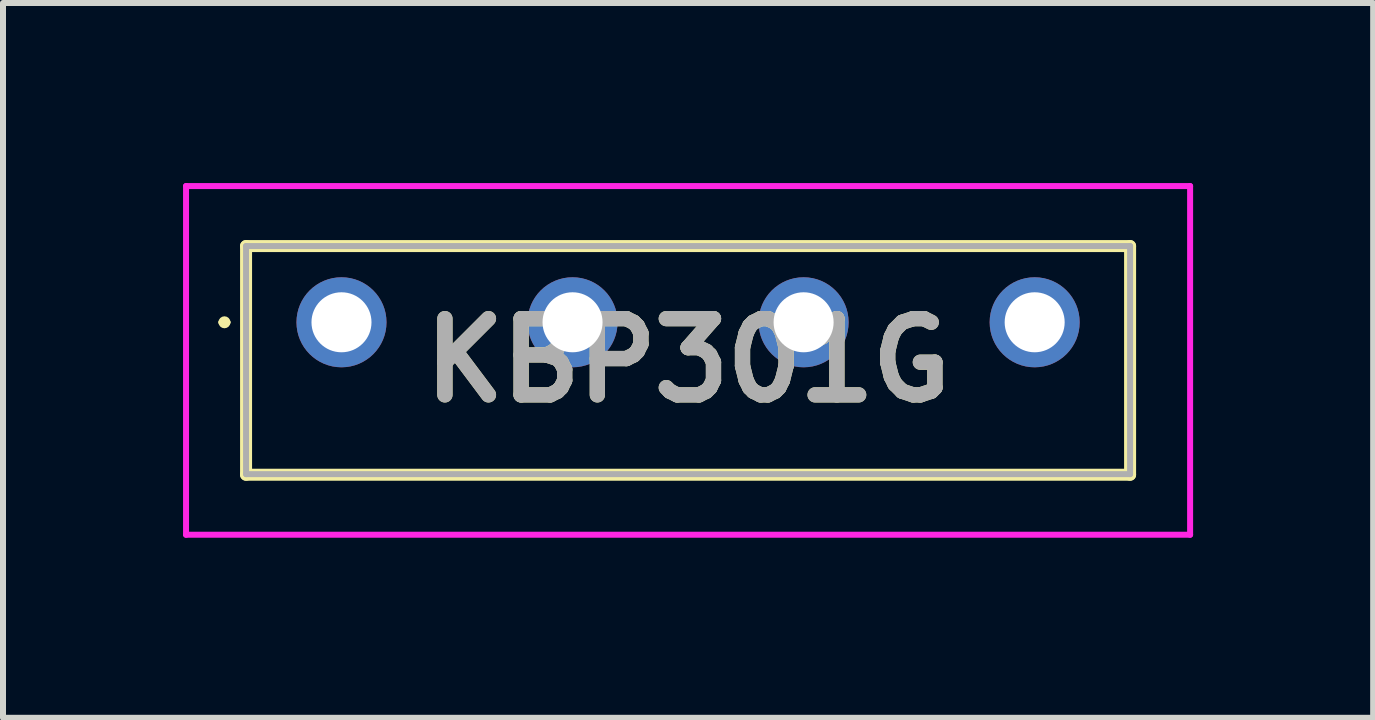
<source format=kicad_pcb>
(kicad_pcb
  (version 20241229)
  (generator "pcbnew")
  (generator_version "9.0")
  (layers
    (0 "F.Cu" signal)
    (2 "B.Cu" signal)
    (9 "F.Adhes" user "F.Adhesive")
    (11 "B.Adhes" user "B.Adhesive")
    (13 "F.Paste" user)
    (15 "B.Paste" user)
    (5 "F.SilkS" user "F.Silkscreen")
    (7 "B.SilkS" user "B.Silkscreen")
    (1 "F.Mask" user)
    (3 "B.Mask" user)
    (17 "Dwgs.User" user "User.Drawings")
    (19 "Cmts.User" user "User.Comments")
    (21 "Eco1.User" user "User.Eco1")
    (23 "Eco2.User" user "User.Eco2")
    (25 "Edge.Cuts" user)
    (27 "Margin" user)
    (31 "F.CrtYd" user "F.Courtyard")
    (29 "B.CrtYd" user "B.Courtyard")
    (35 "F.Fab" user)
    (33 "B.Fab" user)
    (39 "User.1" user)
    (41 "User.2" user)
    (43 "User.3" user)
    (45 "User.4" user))
  (footprint "KBP301G"
    (layer "F.Cu")
    (at 2.64 2.32)
    (property "Reference" "KBP301G" (at 5.775 0.635 0) (layer "F.SilkS") (effects (font (size 1.27 1.27) (thickness 0.254))))
    (attr through_hole)
    (fp_line (start -2 0) (end -2 0) (stroke (width 0.1) (type solid)) (layer "F.SilkS"))
    (fp_line (start -1.9 0) (end -1.9 0) (stroke (width 0.1) (type solid)) (layer "F.SilkS"))
    (fp_line (start -1.59 -1.27) (end 13.14 -1.27) (stroke (width 0.2) (type solid)) (layer "F.SilkS"))
    (fp_line (start -1.59 2.54) (end -1.59 -1.27) (stroke (width 0.2) (type solid)) (layer "F.SilkS"))
    (fp_line (start 13.14 -1.27) (end 13.14 2.54) (stroke (width 0.2) (type solid)) (layer "F.SilkS"))
    (fp_line (start 13.14 2.54) (end -1.59 2.54) (stroke (width 0.2) (type solid)) (layer "F.SilkS"))
    (fp_arc (start -2 0) (mid -1.95 -0.05) (end -1.9 0) (stroke (width 0.1) (type solid)) (layer "F.SilkS"))
    (fp_arc (start -1.9 0) (mid -1.95 0.05) (end -2 0) (stroke (width 0.1) (type solid)) (layer "F.SilkS"))
    (fp_line (start -2.59 -2.27) (end 14.14 -2.27) (stroke (width 0.1) (type solid)) (layer "F.CrtYd"))
    (fp_line (start -2.59 3.54) (end -2.59 -2.27) (stroke (width 0.1) (type solid)) (layer "F.CrtYd"))
    (fp_line (start 14.14 -2.27) (end 14.14 3.54) (stroke (width 0.1) (type solid)) (layer "F.CrtYd"))
    (fp_line (start 14.14 3.54) (end -2.59 3.54) (stroke (width 0.1) (type solid)) (layer "F.CrtYd"))
    (fp_line (start -1.59 -1.27) (end 13.14 -1.27) (stroke (width 0.1) (type solid)) (layer "F.Fab"))
    (fp_line (start -1.59 2.53) (end -1.59 -1.27) (stroke (width 0.1) (type solid)) (layer "F.Fab"))
    (fp_line (start 13.14 -1.27) (end 13.14 2.53) (stroke (width 0.1) (type solid)) (layer "F.Fab"))
    (fp_line (start 13.14 2.53) (end -1.59 2.53) (stroke (width 0.1) (type solid)) (layer "F.Fab"))
    (fp_text user "${REFERENCE}" (at 5.775 0.635 0) (layer "F.Fab") (effects (font (size 1.27 1.27) (thickness 0.254))))
    (pad "1" thru_hole circle (at 0 0) (size 1.5 1.5) (drill 1) (layers "*.Cu" "*.Mask"))
    (pad "2" thru_hole circle (at 3.85 0) (size 1.5 1.5) (drill 1) (layers "*.Cu" "*.Mask"))
    (pad "3" thru_hole circle (at 7.7 0) (size 1.5 1.5) (drill 1) (layers "*.Cu" "*.Mask"))
    (pad "4" thru_hole circle (at 11.55 0) (size 1.5 1.5) (drill 1) (layers "*.Cu" "*.Mask")))
  (gr_rect
    (start -3 -3)
    (end 19.83 8.91)
    (stroke (width 0.1) (type default))
    (fill no)
    (layer "Edge.Cuts")))
</source>
